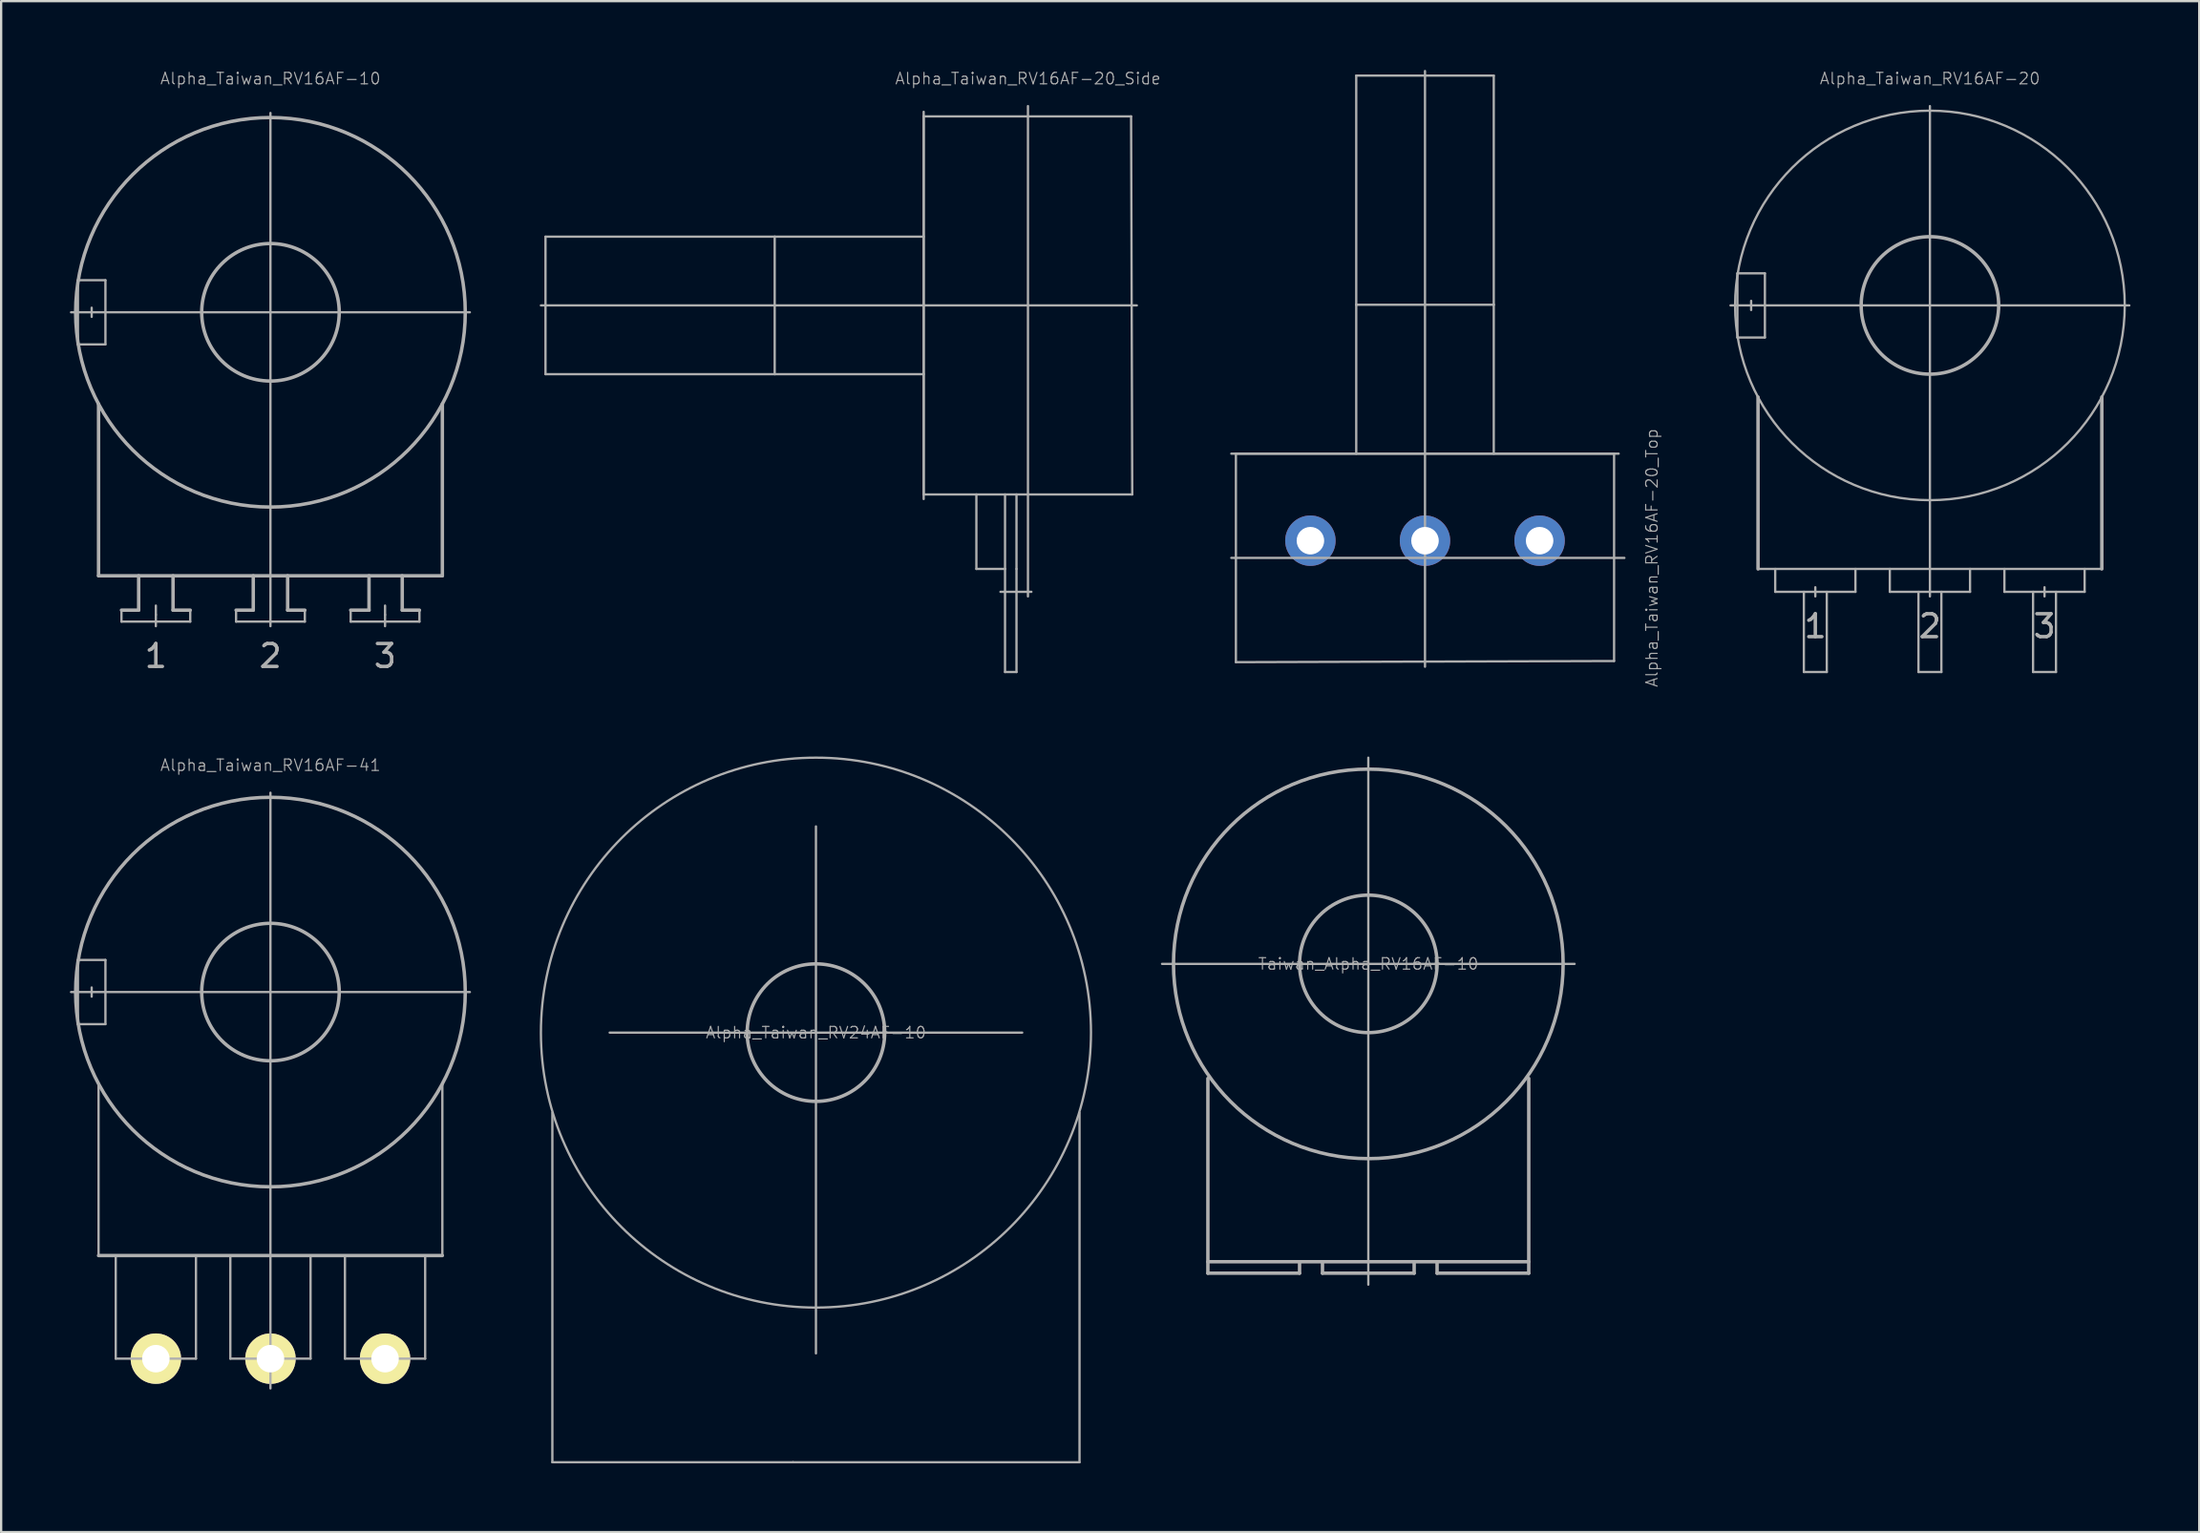
<source format=kicad_pcb>
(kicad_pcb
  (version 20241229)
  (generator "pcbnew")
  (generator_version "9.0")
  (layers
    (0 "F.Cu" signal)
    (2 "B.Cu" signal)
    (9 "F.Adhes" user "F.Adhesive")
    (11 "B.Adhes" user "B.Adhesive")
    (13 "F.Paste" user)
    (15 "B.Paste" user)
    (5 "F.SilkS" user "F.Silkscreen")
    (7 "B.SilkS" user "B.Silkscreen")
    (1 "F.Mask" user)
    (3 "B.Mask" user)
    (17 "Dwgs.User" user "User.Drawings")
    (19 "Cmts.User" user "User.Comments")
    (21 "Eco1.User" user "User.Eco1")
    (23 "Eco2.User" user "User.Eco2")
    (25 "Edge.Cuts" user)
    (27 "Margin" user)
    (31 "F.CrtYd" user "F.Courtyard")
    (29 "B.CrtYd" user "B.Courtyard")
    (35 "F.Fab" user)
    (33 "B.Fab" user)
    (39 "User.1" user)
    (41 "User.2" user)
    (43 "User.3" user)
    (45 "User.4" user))
  (footprint "Alpha_Taiwan_RV24AF-10"
    (layer "F.Cu")
    (at 32.55 42.018)
    (property "Reference" "Alpha_Taiwan_RV24AF-10" (at 0 0 0) (layer "F.Fab") (effects (font (size 0.5 0.5) (thickness 0.05))))
    (attr through_hole)
    (fp_line (start -11.5 18.75) (end -11.5 3.5) (stroke (width 0.1) (type solid)) (layer "F.Fab"))
    (fp_line (start -9 0) (end 9 0) (stroke (width 0.1) (type solid)) (layer "F.Fab"))
    (fp_line (start -1 18.75) (end -11.5 18.75) (stroke (width 0.1) (type solid)) (layer "F.Fab"))
    (fp_line (start -1 18.75) (end 11.5 18.75) (stroke (width 0.1) (type solid)) (layer "F.Fab"))
    (fp_line (start 0 0) (end 0 -9) (stroke (width 0.1) (type solid)) (layer "F.Fab"))
    (fp_line (start 0 0) (end 0 14) (stroke (width 0.1) (type solid)) (layer "F.Fab"))
    (fp_line (start 11.5 18.75) (end 11.5 3.5) (stroke (width 0.1) (type solid)) (layer "F.Fab"))
    (fp_circle (center 0 0) (end 3 0) (stroke (width 0.15) (type solid)) (fill no) (layer "F.Fab"))
    (fp_circle (center 0 0) (end 12 0) (stroke (width 0.1) (type solid)) (fill no) (layer "F.Fab")))
  (footprint "Alpha_Taiwan_RV16AF-41"
    (layer "F.Cu")
    (at 8.75 40.248)
    (property "Reference" "Alpha_Taiwan_RV16AF-41" (at 0 -9.9 0) (layer "F.Fab") (effects (font (size 0.5 0.5) (thickness 0.05))))
    (attr through_hole)
    (fp_line (start -8.7 0) (end 8.7 0) (stroke (width 0.1) (type solid)) (layer "F.Fab"))
    (fp_line (start -8.4 -1.4) (end -8.4 1.4) (stroke (width 0.1) (type solid)) (layer "F.Fab"))
    (fp_line (start -8.4 1.4) (end -7.2 1.4) (stroke (width 0.1) (type solid)) (layer "F.Fab"))
    (fp_line (start -7.8 -0.2) (end -7.8 0.2) (stroke (width 0.1) (type solid)) (layer "F.Fab"))
    (fp_line (start -7.5 11.5) (end -7.5 4) (stroke (width 0.1) (type solid)) (layer "F.Fab"))
    (fp_line (start -7.5 11.5) (end 7.5 11.5) (stroke (width 0.15) (type solid)) (layer "F.Fab"))
    (fp_line (start -7.2 -1.4) (end -8.4 -1.4) (stroke (width 0.1) (type solid)) (layer "F.Fab"))
    (fp_line (start -7.2 1.4) (end -7.2 -1.4) (stroke (width 0.1) (type solid)) (layer "F.Fab"))
    (fp_line (start -6.75 16) (end -6.75 11.5) (stroke (width 0.1) (type solid)) (layer "F.Fab"))
    (fp_line (start -5 15.8) (end -5 16.2) (stroke (width 0.1) (type solid)) (layer "F.Fab"))
    (fp_line (start -3.25 16) (end -6.75 16) (stroke (width 0.1) (type solid)) (layer "F.Fab"))
    (fp_line (start -3.25 16) (end -3.25 11.5) (stroke (width 0.1) (type solid)) (layer "F.Fab"))
    (fp_line (start -1.75 16) (end -1.75 11.5) (stroke (width 0.1) (type solid)) (layer "F.Fab"))
    (fp_line (start 0 -8.7) (end 0 17.3) (stroke (width 0.1) (type solid)) (layer "F.Fab"))
    (fp_line (start 1.75 11.5) (end 1.75 16) (stroke (width 0.1) (type solid)) (layer "F.Fab"))
    (fp_line (start 1.75 16) (end -1.75 16) (stroke (width 0.1) (type solid)) (layer "F.Fab"))
    (fp_line (start 3.25 16) (end 3.25 11.5) (stroke (width 0.1) (type solid)) (layer "F.Fab"))
    (fp_line (start 3.25 16) (end 6.75 16) (stroke (width 0.1) (type solid)) (layer "F.Fab"))
    (fp_line (start 5 15.8) (end 5 16.2) (stroke (width 0.1) (type solid)) (layer "F.Fab"))
    (fp_line (start 6.75 16) (end 6.75 11.5) (stroke (width 0.1) (type solid)) (layer "F.Fab"))
    (fp_line (start 7.5 11.5) (end 7.5 4) (stroke (width 0.1) (type solid)) (layer "F.Fab"))
    (fp_circle (center 0 0) (end 3 0) (stroke (width 0.15) (type solid)) (fill no) (layer "F.Fab"))
    (fp_circle (center 0 0) (end 8.5 0) (stroke (width 0.15) (type solid)) (fill no) (layer "F.Fab"))
    (pad "1" thru_hole circle (at -5 16) (size 2.2 2.2) (drill 1.2) (layers "*.Cu" "*.Mask" "F.SilkS"))
    (pad "2" thru_hole circle (at 0 16) (size 2.2 2.2) (drill 1.2) (layers "*.Cu" "*.Mask" "F.SilkS"))
    (pad "3" thru_hole circle (at 5 16) (size 2.2 2.2) (drill 1.2) (layers "*.Cu" "*.Mask" "F.SilkS")))
  (footprint "Taiwan_Alpha_RV16AF-10"
    (layer "F.Cu")
    (at 56.65 39.018)
    (property "Reference" "Taiwan_Alpha_RV16AF-10" (at 0 0 0) (layer "F.Fab") (effects (font (size 0.5 0.5) (thickness 0.05))))
    (attr through_hole)
    (fp_line (start -9 0) (end 9 0) (stroke (width 0.1) (type solid)) (layer "F.Fab"))
    (fp_line (start -7 13) (end 7 13) (stroke (width 0.15) (type solid)) (layer "F.Fab"))
    (fp_line (start -7 13.5) (end -7 5) (stroke (width 0.15) (type solid)) (layer "F.Fab"))
    (fp_line (start -3 13) (end -3 13.5) (stroke (width 0.15) (type solid)) (layer "F.Fab"))
    (fp_line (start -3 13.5) (end -7 13.5) (stroke (width 0.15) (type solid)) (layer "F.Fab"))
    (fp_line (start -2 13.5) (end -2 13) (stroke (width 0.15) (type solid)) (layer "F.Fab"))
    (fp_line (start 0 0) (end 0 -9) (stroke (width 0.1) (type solid)) (layer "F.Fab"))
    (fp_line (start 0 0) (end 0 14) (stroke (width 0.1) (type solid)) (layer "F.Fab"))
    (fp_line (start 2 13) (end 2 13.5) (stroke (width 0.15) (type solid)) (layer "F.Fab"))
    (fp_line (start 2 13.5) (end -2 13.5) (stroke (width 0.15) (type solid)) (layer "F.Fab"))
    (fp_line (start 3 13.5) (end 3 13) (stroke (width 0.15) (type solid)) (layer "F.Fab"))
    (fp_line (start 7 13.5) (end 3 13.5) (stroke (width 0.15) (type solid)) (layer "F.Fab"))
    (fp_line (start 7 13.5) (end 7 5) (stroke (width 0.15) (type solid)) (layer "F.Fab"))
    (fp_circle (center 0 0) (end 3 0) (stroke (width 0.15) (type solid)) (fill no) (layer "F.Fab"))
    (fp_circle (center 0 0) (end 8.5 0) (stroke (width 0.15) (type solid)) (fill no) (layer "F.Fab")))
  (footprint "Alpha_Taiwan_RV16AF-20_Side"
    (layer "F.Cu")
    (at 41.8 10.28)
    (property "Reference" "Alpha_Taiwan_RV16AF-20_Side" (at 0 -9.9 0) (layer "F.Fab") (effects (font (size 0.5 0.5) (thickness 0.05))))
    (attr through_hole)
    (fp_line (start -21.25 0) (end 4.75 0) (stroke (width 0.1) (type solid)) (layer "F.Fab"))
    (fp_line (start -21.05 -3) (end -21.05 3) (stroke (width 0.1) (type solid)) (layer "F.Fab"))
    (fp_line (start -21.05 3) (end -11.05 3) (stroke (width 0.1) (type solid)) (layer "F.Fab"))
    (fp_line (start -11.05 -3) (end -21.05 -3) (stroke (width 0.1) (type solid)) (layer "F.Fab"))
    (fp_line (start -11.05 -3) (end -11.05 3) (stroke (width 0.1) (type solid)) (layer "F.Fab"))
    (fp_line (start -11.05 3) (end -4.55 3) (stroke (width 0.1) (type solid)) (layer "F.Fab"))
    (fp_line (start -4.55 -8.45) (end -4.55 8.45) (stroke (width 0.1) (type solid)) (layer "F.Fab"))
    (fp_line (start -4.55 -8.25) (end -4.55 8.25) (stroke (width 0.1) (type solid)) (layer "F.Fab"))
    (fp_line (start -4.55 -3) (end -11.05 -3) (stroke (width 0.1) (type solid)) (layer "F.Fab"))
    (fp_line (start -4.55 8.25) (end 4.55 8.25) (stroke (width 0.1) (type solid)) (layer "F.Fab"))
    (fp_line (start -2.25 11.5) (end -2.25 8.25) (stroke (width 0.1) (type solid)) (layer "F.Fab"))
    (fp_line (start -1 11.5) (end -2.25 11.5) (stroke (width 0.1) (type solid)) (layer "F.Fab"))
    (fp_line (start -1 11.5) (end -1 8.25) (stroke (width 0.1) (type solid)) (layer "F.Fab"))
    (fp_line (start -1 12.5) (end -1 11.5) (stroke (width 0.1) (type solid)) (layer "F.Fab"))
    (fp_line (start -1 12.5) (end -1 16) (stroke (width 0.1) (type solid)) (layer "F.Fab"))
    (fp_line (start -1 16) (end -0.5 16) (stroke (width 0.1) (type solid)) (layer "F.Fab"))
    (fp_line (start -0.5 11.5) (end -0.5 8.25) (stroke (width 0.1) (type solid)) (layer "F.Fab"))
    (fp_line (start -0.5 11.5) (end -0.5 12.5) (stroke (width 0.1) (type solid)) (layer "F.Fab"))
    (fp_line (start -0.5 16) (end -0.5 12.5) (stroke (width 0.1) (type solid)) (layer "F.Fab"))
    (fp_line (start 0 0) (end 0 -8.7) (stroke (width 0.1) (type solid)) (layer "F.Fab"))
    (fp_line (start 0 0) (end 0 12.7) (stroke (width 0.1) (type solid)) (layer "F.Fab"))
    (fp_line (start 0.15 12.5) (end -1.2 12.5) (stroke (width 0.1) (type solid)) (layer "F.Fab"))
    (fp_line (start 4.5 -8.25) (end -4.55 -8.25) (stroke (width 0.1) (type solid)) (layer "F.Fab"))
    (fp_line (start 4.55 8.25) (end 4.5 -8.25) (stroke (width 0.1) (type solid)) (layer "F.Fab")))
  (footprint "Alpha_Taiwan_RV16AF-20_Top"
    (layer "F.Cu")
    (at 59.123 21.298)
    (property "Reference" "Alpha_Taiwan_RV16AF-20_Top" (at 9.9 0.002 270) (layer "F.Fab") (effects (font (size 0.5 0.5) (thickness 0.05))))
    (attr through_hole)
    (fp_line (start -8.25 -4.548) (end -8.25 4.552) (stroke (width 0.1) (type solid)) (layer "F.Fab"))
    (fp_line (start -8.25 4.552) (end 8.25 4.502) (stroke (width 0.1) (type solid)) (layer "F.Fab"))
    (fp_line (start -3 -21.048) (end -3 -11.048) (stroke (width 0.1) (type solid)) (layer "F.Fab"))
    (fp_line (start -3 -11.048) (end -3 -4.548) (stroke (width 0.1) (type solid)) (layer "F.Fab"))
    (fp_line (start 0.000059 -21.248) (end 0.000059 4.752) (stroke (width 0.1) (type solid)) (layer "F.Fab"))
    (fp_line (start 0.000059 0.002) (end -8.45 0) (stroke (width 0.1) (type solid)) (layer "F.Fab"))
    (fp_line (start 0.000059 0.002) (end 8.7 0.002) (stroke (width 0.1) (type solid)) (layer "F.Fab"))
    (fp_line (start 3 -21.048) (end -3 -21.048) (stroke (width 0.1) (type solid)) (layer "F.Fab"))
    (fp_line (start 3 -11.048) (end -3 -11.048) (stroke (width 0.1) (type solid)) (layer "F.Fab"))
    (fp_line (start 3 -11.048) (end 3 -21.048) (stroke (width 0.1) (type solid)) (layer "F.Fab"))
    (fp_line (start 3 -4.548) (end 3 -11.048) (stroke (width 0.1) (type solid)) (layer "F.Fab"))
    (fp_line (start 8.25 -4.548) (end -8.25 -4.548) (stroke (width 0.1) (type solid)) (layer "F.Fab"))
    (fp_line (start 8.25 4.502) (end 8.25 -4.548) (stroke (width 0.1) (type solid)) (layer "F.Fab"))
    (fp_line (start 8.45 -4.548) (end -8.45 -4.548) (stroke (width 0.1) (type solid)) (layer "F.Fab"))
    (pad "1" thru_hole circle (at 5 -0.75) (size 2.2 2.2) (drill 1.2) (layers "*.Cu" "*.Mask"))
    (pad "2" thru_hole circle (at 0 -0.75) (size 2.2 2.2) (drill 1.2) (layers "*.Cu" "*.Mask"))
    (pad "3" thru_hole circle (at -5 -0.75) (size 2.2 2.2) (drill 1.2) (layers "*.Cu" "*.Mask")))
  (footprint "Alpha_Taiwan_RV16AF-10"
    (layer "F.Cu")
    (at 8.75 10.58)
    (property "Reference" "Alpha_Taiwan_RV16AF-10" (at 0 -10.2 0) (layer "F.Fab") (effects (font (size 0.5 0.5) (thickness 0.05))))
    (attr through_hole)
    (fp_line (start -8.7 0) (end 8.7 0) (stroke (width 0.1) (type solid)) (layer "F.Fab"))
    (fp_line (start -8.4 -1.4) (end -8.4 1.4) (stroke (width 0.1) (type solid)) (layer "F.Fab"))
    (fp_line (start -8.4 1.4) (end -7.2 1.4) (stroke (width 0.1) (type solid)) (layer "F.Fab"))
    (fp_line (start -7.8 -0.2) (end -7.8 0.2) (stroke (width 0.1) (type solid)) (layer "F.Fab"))
    (fp_line (start -7.5 11.5) (end -7.5 4) (stroke (width 0.15) (type solid)) (layer "F.Fab"))
    (fp_line (start -7.5 11.5) (end 7.5 11.5) (stroke (width 0.15) (type solid)) (layer "F.Fab"))
    (fp_line (start -7.2 -1.4) (end -8.4 -1.4) (stroke (width 0.1) (type solid)) (layer "F.Fab"))
    (fp_line (start -7.2 1.4) (end -7.2 -1.4) (stroke (width 0.1) (type solid)) (layer "F.Fab"))
    (fp_line (start -6.5 13) (end -5.75 13) (stroke (width 0.15) (type solid)) (layer "F.Fab"))
    (fp_line (start -6.5 13.5) (end -6.5 13) (stroke (width 0.1) (type solid)) (layer "F.Fab"))
    (fp_line (start -6.5 13.5) (end -3.5 13.5) (stroke (width 0.1) (type solid)) (layer "F.Fab"))
    (fp_line (start -5.75 13) (end -5.75 11.5) (stroke (width 0.15) (type solid)) (layer "F.Fab"))
    (fp_line (start -5 12.8) (end -5 13.2) (stroke (width 0.1) (type solid)) (layer "F.Fab"))
    (fp_line (start -5 13.2) (end -5 13.7) (stroke (width 0.1) (type solid)) (layer "F.Fab"))
    (fp_line (start -4.25 13) (end -4.25 11.5) (stroke (width 0.15) (type solid)) (layer "F.Fab"))
    (fp_line (start -4.25 13) (end -3.5 13) (stroke (width 0.15) (type solid)) (layer "F.Fab"))
    (fp_line (start -3.5 13.5) (end -3.5 13) (stroke (width 0.1) (type solid)) (layer "F.Fab"))
    (fp_line (start -1.5 13.5) (end -1.5 13) (stroke (width 0.1) (type solid)) (layer "F.Fab"))
    (fp_line (start -0.75 13) (end -1.5 13) (stroke (width 0.15) (type solid)) (layer "F.Fab"))
    (fp_line (start -0.75 13) (end -0.75 11.5) (stroke (width 0.15) (type solid)) (layer "F.Fab"))
    (fp_line (start 0 0) (end 0 -8.7) (stroke (width 0.1) (type solid)) (layer "F.Fab"))
    (fp_line (start 0 0) (end 0 13.7) (stroke (width 0.1) (type solid)) (layer "F.Fab"))
    (fp_line (start 0.75 13) (end 0.75 11.5) (stroke (width 0.15) (type solid)) (layer "F.Fab"))
    (fp_line (start 0.75 13) (end 1.5 13) (stroke (width 0.15) (type solid)) (layer "F.Fab"))
    (fp_line (start 1.5 13) (end 1.5 13.5) (stroke (width 0.1) (type solid)) (layer "F.Fab"))
    (fp_line (start 1.5 13.5) (end -1.5 13.5) (stroke (width 0.1) (type solid)) (layer "F.Fab"))
    (fp_line (start 3.5 13) (end 4.3 13) (stroke (width 0.15) (type solid)) (layer "F.Fab"))
    (fp_line (start 3.5 13.5) (end 3.5 13) (stroke (width 0.1) (type solid)) (layer "F.Fab"))
    (fp_line (start 4.3 13) (end 4.3 11.5) (stroke (width 0.15) (type solid)) (layer "F.Fab"))
    (fp_line (start 5 12.8) (end 5 13.2) (stroke (width 0.1) (type solid)) (layer "F.Fab"))
    (fp_line (start 5 13.2) (end 5 13.7) (stroke (width 0.1) (type solid)) (layer "F.Fab"))
    (fp_line (start 5.75 13) (end 5.75 11.5) (stroke (width 0.15) (type solid)) (layer "F.Fab"))
    (fp_line (start 6.5 13) (end 5.75 13) (stroke (width 0.15) (type solid)) (layer "F.Fab"))
    (fp_line (start 6.5 13) (end 6.5 13.5) (stroke (width 0.1) (type solid)) (layer "F.Fab"))
    (fp_line (start 6.5 13.5) (end 3.5 13.5) (stroke (width 0.1) (type solid)) (layer "F.Fab"))
    (fp_line (start 7.5 11.5) (end 7.5 4) (stroke (width 0.15) (type solid)) (layer "F.Fab"))
    (fp_circle (center 0 0) (end 3 0) (stroke (width 0.15) (type solid)) (fill no) (layer "F.Fab"))
    (fp_circle (center 0 0) (end 8.5 0) (stroke (width 0.15) (type solid)) (fill no) (layer "F.Fab"))
    (fp_text user "1" (at -5 15 0) (layer "F.Fab") (effects (font (size 1 1) (thickness 0.15))))
    (fp_text user "3" (at 5 15 0) (layer "F.Fab") (effects (font (size 1 1) (thickness 0.15))))
    (fp_text user "2" (at 0 15 0) (layer "F.Fab") (effects (font (size 1 1) (thickness 0.15)))))
  (footprint "Alpha_Taiwan_RV16AF-20"
    (layer "F.Cu")
    (at 81.153 10.28)
    (property "Reference" "Alpha_Taiwan_RV16AF-20" (at 0 -9.9 0) (layer "F.Fab") (effects (font (size 0.5 0.5) (thickness 0.05))))
    (attr through_hole)
    (fp_line (start -8.7 0) (end 8.7 0) (stroke (width 0.1) (type solid)) (layer "F.Fab"))
    (fp_line (start -8.4 -1.4) (end -7.2 -1.4) (stroke (width 0.1) (type solid)) (layer "F.Fab"))
    (fp_line (start -8.4 1.4) (end -8.4 -1.4) (stroke (width 0.1) (type solid)) (layer "F.Fab"))
    (fp_line (start -7.8 -0.2) (end -7.8 0.2) (stroke (width 0.1) (type solid)) (layer "F.Fab"))
    (fp_line (start -7.5 11.5) (end -7.5 4) (stroke (width 0.15) (type solid)) (layer "F.Fab"))
    (fp_line (start -7.5 11.5) (end 7.5 11.5) (stroke (width 0.1) (type solid)) (layer "F.Fab"))
    (fp_line (start -7.2 -1.4) (end -7.2 1.4) (stroke (width 0.1) (type solid)) (layer "F.Fab"))
    (fp_line (start -7.2 1.4) (end -8.4 1.4) (stroke (width 0.1) (type solid)) (layer "F.Fab"))
    (fp_line (start -6.75 12.5) (end -6.75 11.5) (stroke (width 0.1) (type solid)) (layer "F.Fab"))
    (fp_line (start -5.5 12.5) (end -5.5 16) (stroke (width 0.1) (type solid)) (layer "F.Fab"))
    (fp_line (start -5.5 16) (end -4.5 16) (stroke (width 0.1) (type solid)) (layer "F.Fab"))
    (fp_line (start -5 12.3) (end -5 12.7) (stroke (width 0.1) (type solid)) (layer "F.Fab"))
    (fp_line (start -4.5 16) (end -4.5 12.5) (stroke (width 0.1) (type solid)) (layer "F.Fab"))
    (fp_line (start -3.25 11.5) (end -3.25 12.5) (stroke (width 0.1) (type solid)) (layer "F.Fab"))
    (fp_line (start -3.25 12.5) (end -6.75 12.5) (stroke (width 0.1) (type solid)) (layer "F.Fab"))
    (fp_line (start -1.75 12.5) (end -1.75 11.5) (stroke (width 0.1) (type solid)) (layer "F.Fab"))
    (fp_line (start -0.5 12.5) (end -0.5 16) (stroke (width 0.1) (type solid)) (layer "F.Fab"))
    (fp_line (start -0.5 16) (end 0.5 16) (stroke (width 0.1) (type solid)) (layer "F.Fab"))
    (fp_line (start 0 0) (end 0 -8.7) (stroke (width 0.1) (type solid)) (layer "F.Fab"))
    (fp_line (start 0 0) (end 0 12.7) (stroke (width 0.1) (type solid)) (layer "F.Fab"))
    (fp_line (start 0.5 16) (end 0.5 12.5) (stroke (width 0.1) (type solid)) (layer "F.Fab"))
    (fp_line (start 1.75 11.5) (end 1.75 12.5) (stroke (width 0.1) (type solid)) (layer "F.Fab"))
    (fp_line (start 1.75 12.5) (end -1.75 12.5) (stroke (width 0.1) (type solid)) (layer "F.Fab"))
    (fp_line (start 3.25 12.5) (end 3.25 11.5) (stroke (width 0.1) (type solid)) (layer "F.Fab"))
    (fp_line (start 4.5 12.5) (end 4.5 16) (stroke (width 0.1) (type solid)) (layer "F.Fab"))
    (fp_line (start 4.5 16) (end 5.5 16) (stroke (width 0.1) (type solid)) (layer "F.Fab"))
    (fp_line (start 5 12.3) (end 5 12.7) (stroke (width 0.1) (type solid)) (layer "F.Fab"))
    (fp_line (start 5.5 16) (end 5.5 12.5) (stroke (width 0.1) (type solid)) (layer "F.Fab"))
    (fp_line (start 6.75 11.5) (end 6.75 12.5) (stroke (width 0.1) (type solid)) (layer "F.Fab"))
    (fp_line (start 6.75 12.5) (end 3.25 12.5) (stroke (width 0.1) (type solid)) (layer "F.Fab"))
    (fp_line (start 7.5 11.5) (end 7.5 4) (stroke (width 0.15) (type solid)) (layer "F.Fab"))
    (fp_circle (center 0 0) (end 0 -8.5) (stroke (width 0.1) (type solid)) (fill no) (layer "F.Fab"))
    (fp_circle (center 0 0) (end 3 0) (stroke (width 0.15) (type solid)) (fill no) (layer "F.Fab"))
    (fp_text user "1" (at -5 14 0) (layer "F.Fab") (effects (font (size 1 1) (thickness 0.15))))
    (fp_text user "2" (at 0 14 0) (layer "F.Fab") (effects (font (size 1 1) (thickness 0.15))))
    (fp_text user "3" (at 5 14 0) (layer "F.Fab") (effects (font (size 1 1) (thickness 0.15)))))
  (gr_rect
    (start -3 -3)
    (end 92.903 63.818)
    (stroke (width 0.1) (type default))
    (fill no)
    (layer "Edge.Cuts")))
</source>
